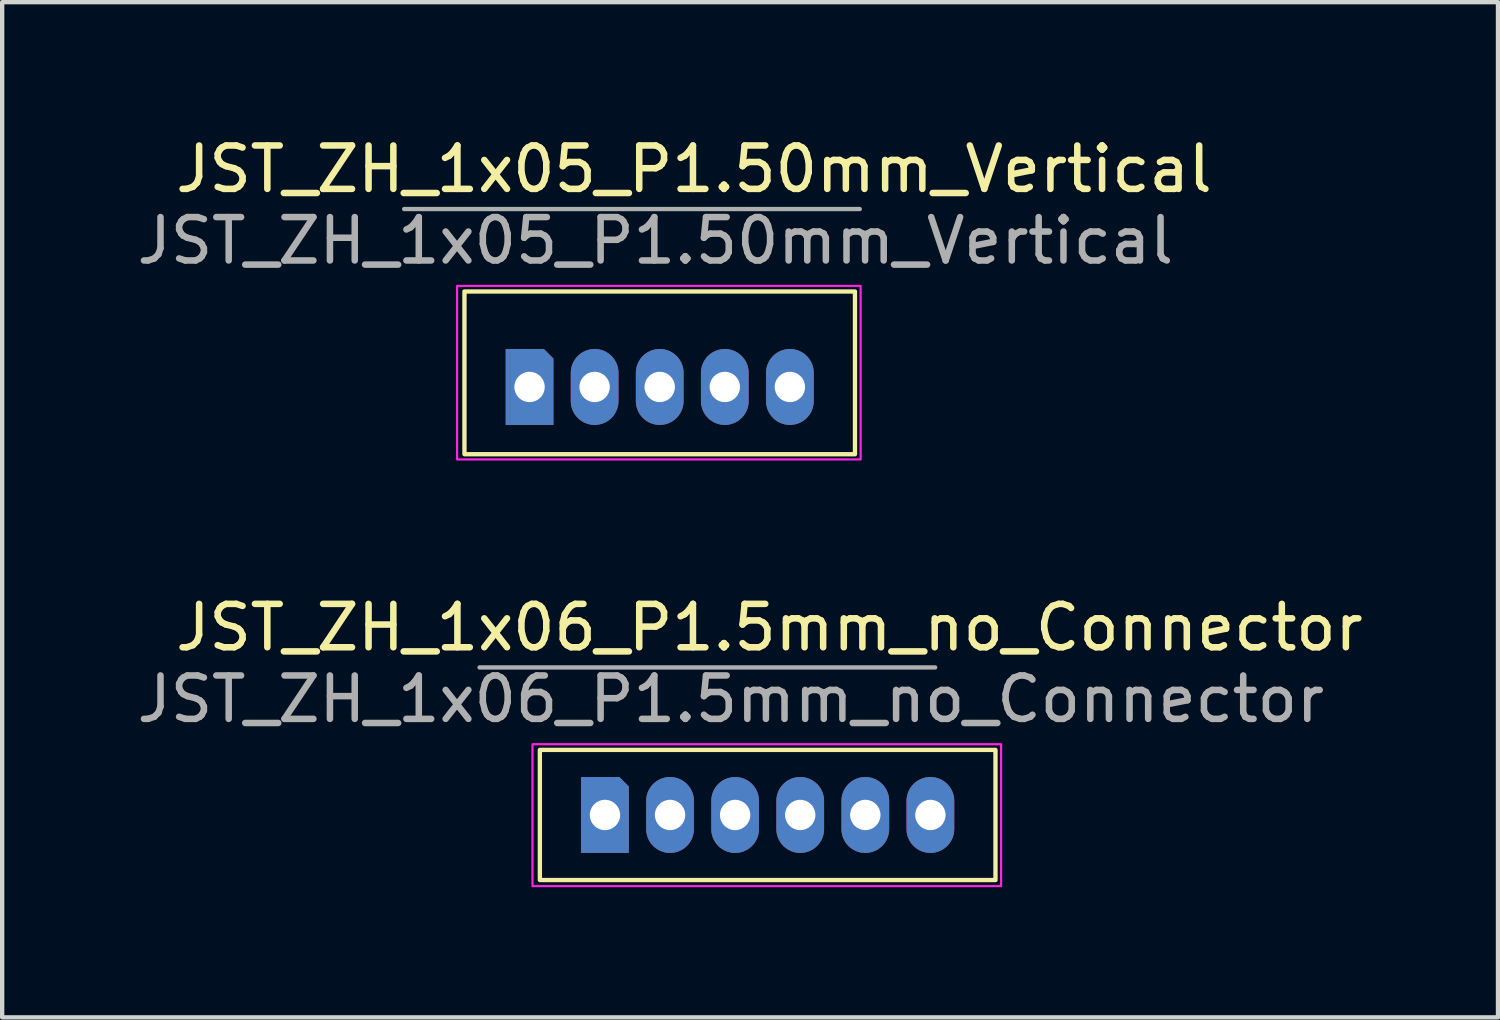
<source format=kicad_pcb>
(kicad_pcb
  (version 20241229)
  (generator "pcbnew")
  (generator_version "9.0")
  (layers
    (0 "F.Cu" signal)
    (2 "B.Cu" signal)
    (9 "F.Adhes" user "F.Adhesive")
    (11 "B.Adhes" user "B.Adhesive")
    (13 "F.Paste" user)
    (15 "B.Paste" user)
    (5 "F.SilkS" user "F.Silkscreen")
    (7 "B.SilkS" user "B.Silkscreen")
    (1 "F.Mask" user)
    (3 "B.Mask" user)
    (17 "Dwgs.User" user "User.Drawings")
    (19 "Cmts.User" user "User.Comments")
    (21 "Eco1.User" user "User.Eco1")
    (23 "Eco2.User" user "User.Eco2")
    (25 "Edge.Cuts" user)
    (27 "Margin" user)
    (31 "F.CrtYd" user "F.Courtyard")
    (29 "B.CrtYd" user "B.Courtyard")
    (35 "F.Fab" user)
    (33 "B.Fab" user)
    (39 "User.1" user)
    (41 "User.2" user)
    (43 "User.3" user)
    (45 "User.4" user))
  (footprint "JST_ZH_1x06_P1.5mm_no_Connector"
    (layer "F.Cu")
    (at 9.392 14.232)
    (property "Reference" "JST_ZH_1x06_P1.5mm_no_Connector" (at 5.29 -2.82 0) (layer "F.SilkS") (effects (font (size 1 1) (thickness 0.15))))
    (attr through_hole)
    (fp_rect (start 0 0) (end 10.5 3) (stroke (width 0.1) (type default)) (fill no) (layer "F.SilkS"))
    (fp_rect (start -0.17 -0.13) (end 10.63 3.14) (stroke (width 0.05) (type default)) (fill no) (layer "F.CrtYd"))
    (fp_line (start 9.11 -1.9) (end -1.39 -1.9) (stroke (width 0.1) (type solid)) (layer "F.Fab"))
    (fp_text user "${REFERENCE}" (at 4.4 -1.17 0) (layer "F.Fab") (effects (font (size 1 1) (thickness 0.15))))
    (pad "1" thru_hole roundrect (at 1.5 1.5) (size 1.1 1.75) (drill 0.7) (layers "*.Cu" "*.Mask") (roundrect_rratio 0) (chamfer_ratio 0.2) (chamfer top_right))
    (pad "2" thru_hole oval (at 3 1.5) (size 1.1 1.75) (drill 0.7) (layers "*.Cu" "*.Mask"))
    (pad "3" thru_hole oval (at 4.5 1.5) (size 1.1 1.75) (drill 0.7) (layers "*.Cu" "*.Mask"))
    (pad "4" thru_hole oval (at 6 1.5) (size 1.1 1.75) (drill 0.7) (layers "*.Cu" "*.Mask"))
    (pad "5" thru_hole oval (at 7.5 1.5) (size 1.1 1.75) (drill 0.7) (layers "*.Cu" "*.Mask"))
    (pad "6" thru_hole oval (at 9 1.5) (size 1.1 1.75) (drill 0.7) (layers "*.Cu" "*.Mask")))
  (footprint "JST_ZH_1x05_P1.50mm_Vertical"
    (layer "F.Cu")
    (at 7.654 3.668)
    (property "Reference" "JST_ZH_1x05_P1.50mm_Vertical" (at 5.29 -2.82 0) (layer "F.SilkS") (effects (font (size 1 1) (thickness 0.15))))
    (attr through_hole)
    (fp_rect (start 0 0) (end 9 3.75) (stroke (width 0.1) (type default)) (fill no) (layer "F.SilkS"))
    (fp_rect (start -0.17 -0.13) (end 9.13 3.87) (stroke (width 0.05) (type default)) (fill no) (layer "F.CrtYd"))
    (fp_line (start 9.11 -1.9) (end -1.39 -1.9) (stroke (width 0.1) (type solid)) (layer "F.Fab"))
    (fp_text user "${REFERENCE}" (at 4.4 -1.17 0) (layer "F.Fab") (effects (font (size 1 1) (thickness 0.15))))
    (pad "1" thru_hole roundrect (at 1.5 2.2) (size 1.1 1.75) (drill 0.7) (layers "*.Cu" "*.Mask") (roundrect_rratio 0) (chamfer_ratio 0.2) (chamfer top_right))
    (pad "2" thru_hole oval (at 3 2.2) (size 1.1 1.75) (drill 0.7) (layers "*.Cu" "*.Mask"))
    (pad "3" thru_hole oval (at 4.5 2.2) (size 1.1 1.75) (drill 0.7) (layers "*.Cu" "*.Mask"))
    (pad "4" thru_hole oval (at 6 2.2) (size 1.1 1.75) (drill 0.7) (layers "*.Cu" "*.Mask"))
    (pad "5" thru_hole oval (at 7.5 2.2) (size 1.1 1.75) (drill 0.7) (layers "*.Cu" "*.Mask")))
  (gr_rect
    (start -3 -3)
    (end 31.473 20.396)
    (stroke (width 0.1) (type default))
    (fill no)
    (layer "Edge.Cuts")))
</source>
